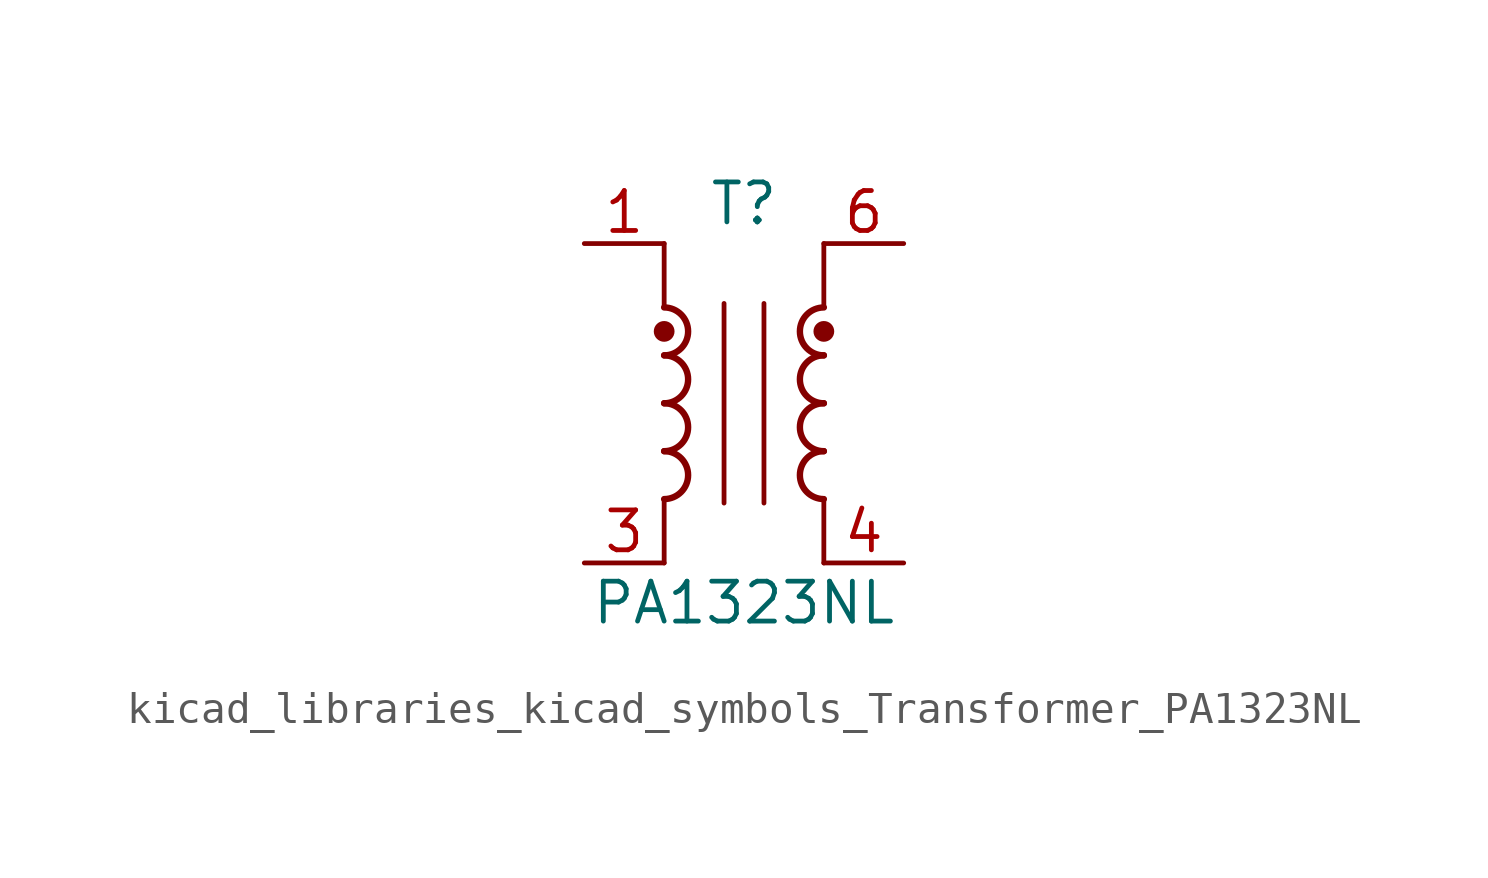
<source format=kicad_sym>
(kicad_symbol_lib
  (version 20220914)
  (generator kicad_symbol_editor)
  (symbol "kicad_libraries_kicad_symbols_Transformer_PA1323NL"
    (pin_names hide)
    (property "Reference" "T"
      (at 0 6.35 0)
      (effects (font (size 1.27 1.27))))
    (property "Value" "PA1323NL"
      (at 0 -6.35 0)
      (effects (font (size 1.27 1.27))))
    (symbol "kicad_libraries_kicad_symbols_Transformer_PA1323NL_0_1"
      (arc (start -2.54 -3.048) (mid -1.7813 -2.286) (end -2.54 -1.524) (stroke (width 0.2032) (type default)) (fill (type none)))
      (arc (start -2.54 -1.524) (mid -1.7813 -0.762) (end -2.54 0) (stroke (width 0.2032) (type default)) (fill (type none)))
      (arc (start -2.54 0) (mid -1.7813 0.762) (end -2.54 1.524) (stroke (width 0.2032) (type default)) (fill (type none)))
      (circle (center -2.54 2.286) (radius 0.254) (stroke (width 0) (type default)) (fill (type outline)))
      (polyline (pts (xy -2.54 -3.048) (xy -2.54 -5.08)) (stroke (width 0) (type default)) (fill (type none)))
      (polyline (pts (xy -2.54 5.08) (xy -2.54 3.048)) (stroke (width 0) (type default)) (fill (type none)))
      (polyline (pts (xy -0.635 3.175) (xy -0.635 -3.175)) (stroke (width 0) (type default)) (fill (type none)))
      (polyline (pts (xy 0.635 3.175) (xy 0.635 -3.175)) (stroke (width 0) (type default)) (fill (type none)))
      (polyline (pts (xy 2.54 -3.048) (xy 2.54 -5.08)) (stroke (width 0) (type default)) (fill (type none)))
      (polyline (pts (xy 2.54 5.08) (xy 2.54 3.048)) (stroke (width 0) (type default)) (fill (type none)))
      (arc (start 2.54 -1.524) (mid 1.7813 -2.286) (end 2.54 -3.048) (stroke (width 0.2032) (type default)) (fill (type none)))
      (arc (start 2.54 0) (mid 1.7813 -0.762) (end 2.54 -1.524) (stroke (width 0.2032) (type default)) (fill (type none)))
      (arc (start 2.54 1.524) (mid 1.7813 0.762) (end 2.54 0) (stroke (width 0.2032) (type default)) (fill (type none)))
      (circle (center 2.54 2.286) (radius 0.254) (stroke (width 0) (type default)) (fill (type outline)))
      (arc (start 2.54 3.048) (mid 1.7813 2.286) (end 2.54 1.524) (stroke (width 0.2032) (type default)) (fill (type none))))
    (symbol "kicad_libraries_kicad_symbols_Transformer_PA1323NL_1_1"
      (arc (start -2.54 1.524) (mid -1.7813 2.286) (end -2.54 3.048) (stroke (width 0.2032) (type default)) (fill (type none)))
      (pin passive line (at -5.08 5.08 0) (length 2.54) (name "~" (effects (font (size 1.27 1.27)))) (number "1" (effects (font (size 1.27 1.27)))))
      (pin passive line (at -5.08 -5.08 0) (length 2.54) (name "~" (effects (font (size 1.27 1.27)))) (number "3" (effects (font (size 1.27 1.27)))))
      (pin passive line (at 5.08 -5.08 180) (length 2.54) (name "~" (effects (font (size 1.27 1.27)))) (number "4" (effects (font (size 1.27 1.27)))))
      (pin passive line (at 5.08 5.08 180) (length 2.54) (name "~" (effects (font (size 1.27 1.27)))) (number "6" (effects (font (size 1.27 1.27))))))))
</source>
